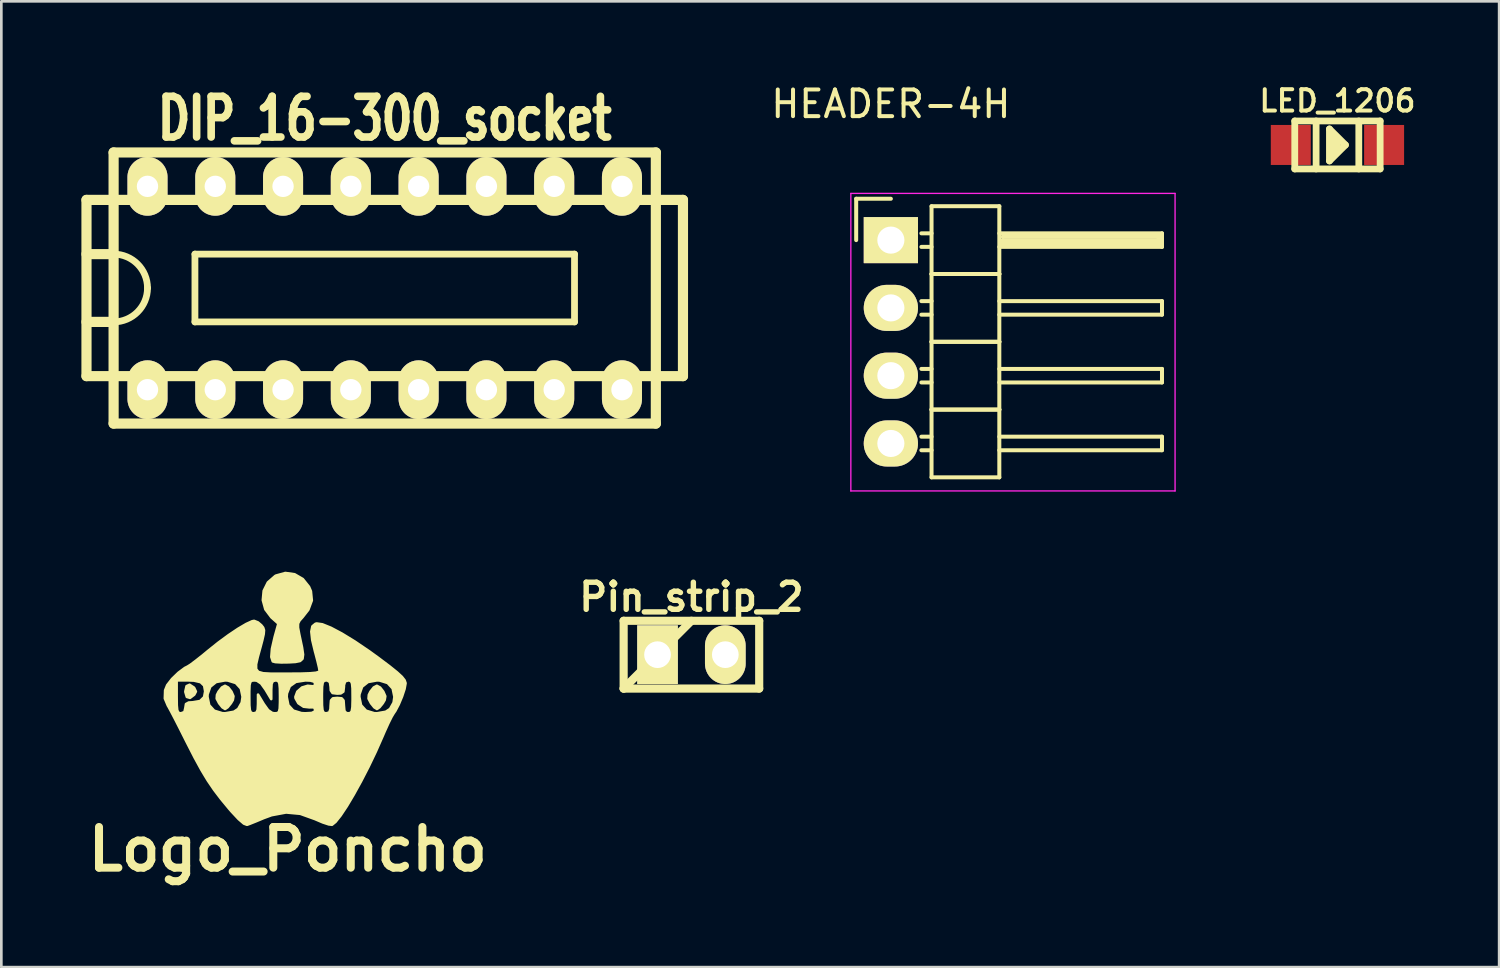
<source format=kicad_pcb>
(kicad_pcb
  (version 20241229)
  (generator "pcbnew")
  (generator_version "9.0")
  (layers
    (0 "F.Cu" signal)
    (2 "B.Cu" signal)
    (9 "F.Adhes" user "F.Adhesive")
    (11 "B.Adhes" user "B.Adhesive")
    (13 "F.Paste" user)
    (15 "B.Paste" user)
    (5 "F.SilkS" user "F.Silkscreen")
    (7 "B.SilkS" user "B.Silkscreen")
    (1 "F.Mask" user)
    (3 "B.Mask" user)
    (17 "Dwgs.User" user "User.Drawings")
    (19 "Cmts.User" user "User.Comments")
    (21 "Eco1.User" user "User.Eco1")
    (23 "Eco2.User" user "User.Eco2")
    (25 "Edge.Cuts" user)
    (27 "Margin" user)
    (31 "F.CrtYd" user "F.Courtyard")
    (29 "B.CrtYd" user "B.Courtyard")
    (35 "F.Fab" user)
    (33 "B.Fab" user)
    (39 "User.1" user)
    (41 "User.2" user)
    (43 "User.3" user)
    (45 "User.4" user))
  (footprint "DIP_16-300_socket"
    (layer "F.Cu")
    (at 11.367 7.743)
    (property "Reference" "DIP_16-300_socket" (at 0 -6.35 0) (layer "F.SilkS") (effects (font (size 1.524 1.143) (thickness 0.287))))
    (attr through_hole)
    (fp_line (start -11.176 -3.302) (end 11.176 -3.302) (stroke (width 0.381) (type solid)) (layer "F.SilkS"))
    (fp_line (start -11.176 3.302) (end -11.176 -3.302) (stroke (width 0.381) (type solid)) (layer "F.SilkS"))
    (fp_line (start -10.16 -1.27) (end -11.176 -1.27) (stroke (width 0.381) (type solid)) (layer "F.SilkS"))
    (fp_line (start -10.16 1.27) (end -11.176 1.27) (stroke (width 0.381) (type solid)) (layer "F.SilkS"))
    (fp_line (start -10.16 5.08) (end -10.16 -5.08) (stroke (width 0.381) (type solid)) (layer "F.SilkS"))
    (fp_line (start -10.16 5.08) (end 10.16 5.08) (stroke (width 0.381) (type solid)) (layer "F.SilkS"))
    (fp_line (start -7.112 -1.27) (end -7.112 1.27) (stroke (width 0.254) (type solid)) (layer "F.SilkS"))
    (fp_line (start -7.112 -1.27) (end 7.112 -1.27) (stroke (width 0.254) (type solid)) (layer "F.SilkS"))
    (fp_line (start 7.112 1.27) (end -7.112 1.27) (stroke (width 0.254) (type solid)) (layer "F.SilkS"))
    (fp_line (start 7.112 1.27) (end 7.112 -1.27) (stroke (width 0.254) (type solid)) (layer "F.SilkS"))
    (fp_line (start 10.16 -5.08) (end -10.16 -5.08) (stroke (width 0.381) (type solid)) (layer "F.SilkS"))
    (fp_line (start 10.16 -5.08) (end 10.16 5.08) (stroke (width 0.381) (type solid)) (layer "F.SilkS"))
    (fp_line (start 11.176 -3.302) (end 11.176 3.302) (stroke (width 0.381) (type solid)) (layer "F.SilkS"))
    (fp_line (start 11.176 3.302) (end -11.176 3.302) (stroke (width 0.381) (type solid)) (layer "F.SilkS"))
    (fp_arc (start -10.16 -1.27) (mid -9.261974 -0.898026) (end -8.89 0) (stroke (width 0.254) (type solid)) (layer "F.SilkS"))
    (fp_arc (start -8.89 0) (mid -9.261974 0.898026) (end -10.16 1.27) (stroke (width 0.254) (type solid)) (layer "F.SilkS"))
    (pad "1" thru_hole oval (at -8.89 3.81) (size 1.501 2.2) (drill 0.8) (layers "*.Cu" "*.Mask" "F.SilkS"))
    (pad "2" thru_hole oval (at -6.35 3.81) (size 1.501 2.2) (drill 0.8) (layers "*.Cu" "*.Mask" "F.SilkS"))
    (pad "3" thru_hole oval (at -3.81 3.81) (size 1.501 2.2) (drill 0.8) (layers "*.Cu" "*.Mask" "F.SilkS"))
    (pad "4" thru_hole oval (at -1.27 3.81) (size 1.501 2.2) (drill 0.8) (layers "*.Cu" "*.Mask" "F.SilkS"))
    (pad "5" thru_hole oval (at 1.27 3.81) (size 1.501 2.2) (drill 0.8) (layers "*.Cu" "*.Mask" "F.SilkS"))
    (pad "6" thru_hole oval (at 3.81 3.81) (size 1.501 2.2) (drill 0.8) (layers "*.Cu" "*.Mask" "F.SilkS"))
    (pad "7" thru_hole oval (at 6.35 3.81) (size 1.501 2.2) (drill 0.8) (layers "*.Cu" "*.Mask" "F.SilkS"))
    (pad "8" thru_hole oval (at 8.89 3.81) (size 1.501 2.2) (drill 0.8) (layers "*.Cu" "*.Mask" "F.SilkS"))
    (pad "9" thru_hole oval (at 8.89 -3.81) (size 1.501 2.2) (drill 0.8) (layers "*.Cu" "*.Mask" "F.SilkS"))
    (pad "10" thru_hole oval (at 6.35 -3.81) (size 1.501 2.2) (drill 0.8) (layers "*.Cu" "*.Mask" "F.SilkS"))
    (pad "11" thru_hole oval (at 3.81 -3.81) (size 1.501 2.2) (drill 0.8) (layers "*.Cu" "*.Mask" "F.SilkS"))
    (pad "12" thru_hole oval (at 1.27 -3.81) (size 1.501 2.2) (drill 0.8) (layers "*.Cu" "*.Mask" "F.SilkS"))
    (pad "13" thru_hole oval (at -1.27 -3.81) (size 1.501 2.2) (drill 0.8) (layers "*.Cu" "*.Mask" "F.SilkS"))
    (pad "14" thru_hole oval (at -3.81 -3.81) (size 1.501 2.2) (drill 0.8) (layers "*.Cu" "*.Mask" "F.SilkS"))
    (pad "15" thru_hole oval (at -6.35 -3.81) (size 1.501 2.2) (drill 0.8) (layers "*.Cu" "*.Mask" "F.SilkS"))
    (pad "16" thru_hole oval (at -8.89 -3.81) (size 1.501 2.2) (drill 0.8) (layers "*.Cu" "*.Mask" "F.SilkS")))
  (footprint "HEADER-4H"
    (layer "F.Cu")
    (at 30.334 5.948)
    (property "Reference" "HEADER-4H" (at 0 -5.1 0) (layer "F.SilkS") (effects (font (size 1 1) (thickness 0.15))))
    (attr through_hole)
    (fp_line (start -1.3 -1.55) (end -1.3 0) (stroke (width 0.15) (type solid)) (layer "F.SilkS"))
    (fp_line (start 0 -1.55) (end -1.3 -1.55) (stroke (width 0.15) (type solid)) (layer "F.SilkS"))
    (fp_line (start 1.524 -1.27) (end 1.524 1.27) (stroke (width 0.15) (type solid)) (layer "F.SilkS"))
    (fp_line (start 1.524 -1.27) (end 4.064 -1.27) (stroke (width 0.15) (type solid)) (layer "F.SilkS"))
    (fp_line (start 1.524 -0.254) (end 1.143 -0.254) (stroke (width 0.15) (type solid)) (layer "F.SilkS"))
    (fp_line (start 1.524 0.254) (end 1.143 0.254) (stroke (width 0.15) (type solid)) (layer "F.SilkS"))
    (fp_line (start 1.524 1.27) (end 1.524 3.81) (stroke (width 0.15) (type solid)) (layer "F.SilkS"))
    (fp_line (start 1.524 1.27) (end 4.064 1.27) (stroke (width 0.15) (type solid)) (layer "F.SilkS"))
    (fp_line (start 1.524 1.27) (end 4.064 1.27) (stroke (width 0.15) (type solid)) (layer "F.SilkS"))
    (fp_line (start 1.524 2.286) (end 1.143 2.286) (stroke (width 0.15) (type solid)) (layer "F.SilkS"))
    (fp_line (start 1.524 2.794) (end 1.143 2.794) (stroke (width 0.15) (type solid)) (layer "F.SilkS"))
    (fp_line (start 1.524 3.81) (end 1.524 6.35) (stroke (width 0.15) (type solid)) (layer "F.SilkS"))
    (fp_line (start 1.524 3.81) (end 4.064 3.81) (stroke (width 0.15) (type solid)) (layer "F.SilkS"))
    (fp_line (start 1.524 3.81) (end 4.064 3.81) (stroke (width 0.15) (type solid)) (layer "F.SilkS"))
    (fp_line (start 1.524 4.826) (end 1.143 4.826) (stroke (width 0.15) (type solid)) (layer "F.SilkS"))
    (fp_line (start 1.524 5.334) (end 1.143 5.334) (stroke (width 0.15) (type solid)) (layer "F.SilkS"))
    (fp_line (start 1.524 6.35) (end 1.524 8.89) (stroke (width 0.15) (type solid)) (layer "F.SilkS"))
    (fp_line (start 1.524 6.35) (end 4.064 6.35) (stroke (width 0.15) (type solid)) (layer "F.SilkS"))
    (fp_line (start 1.524 6.35) (end 4.064 6.35) (stroke (width 0.15) (type solid)) (layer "F.SilkS"))
    (fp_line (start 1.524 7.366) (end 1.143 7.366) (stroke (width 0.15) (type solid)) (layer "F.SilkS"))
    (fp_line (start 1.524 7.874) (end 1.143 7.874) (stroke (width 0.15) (type solid)) (layer "F.SilkS"))
    (fp_line (start 1.524 8.89) (end 4.064 8.89) (stroke (width 0.15) (type solid)) (layer "F.SilkS"))
    (fp_line (start 4.064 -0.254) (end 10.16 -0.254) (stroke (width 0.15) (type solid)) (layer "F.SilkS"))
    (fp_line (start 4.064 1.27) (end 4.064 -1.27) (stroke (width 0.15) (type solid)) (layer "F.SilkS"))
    (fp_line (start 4.064 2.286) (end 10.16 2.286) (stroke (width 0.15) (type solid)) (layer "F.SilkS"))
    (fp_line (start 4.064 3.81) (end 4.064 1.27) (stroke (width 0.15) (type solid)) (layer "F.SilkS"))
    (fp_line (start 4.064 4.826) (end 10.16 4.826) (stroke (width 0.15) (type solid)) (layer "F.SilkS"))
    (fp_line (start 4.064 6.35) (end 4.064 3.81) (stroke (width 0.15) (type solid)) (layer "F.SilkS"))
    (fp_line (start 4.064 7.366) (end 10.16 7.366) (stroke (width 0.15) (type solid)) (layer "F.SilkS"))
    (fp_line (start 4.064 8.89) (end 4.064 6.35) (stroke (width 0.15) (type solid)) (layer "F.SilkS"))
    (fp_line (start 4.191 -0.127) (end 10.033 -0.127) (stroke (width 0.15) (type solid)) (layer "F.SilkS"))
    (fp_line (start 4.191 0) (end 10.033 0) (stroke (width 0.15) (type solid)) (layer "F.SilkS"))
    (fp_line (start 4.191 0.127) (end 4.191 0) (stroke (width 0.15) (type solid)) (layer "F.SilkS"))
    (fp_line (start 10.033 -0.127) (end 10.033 0.127) (stroke (width 0.15) (type solid)) (layer "F.SilkS"))
    (fp_line (start 10.033 0.127) (end 4.191 0.127) (stroke (width 0.15) (type solid)) (layer "F.SilkS"))
    (fp_line (start 10.16 -0.254) (end 10.16 0.254) (stroke (width 0.15) (type solid)) (layer "F.SilkS"))
    (fp_line (start 10.16 0.254) (end 4.064 0.254) (stroke (width 0.15) (type solid)) (layer "F.SilkS"))
    (fp_line (start 10.16 2.286) (end 10.16 2.794) (stroke (width 0.15) (type solid)) (layer "F.SilkS"))
    (fp_line (start 10.16 2.794) (end 4.064 2.794) (stroke (width 0.15) (type solid)) (layer "F.SilkS"))
    (fp_line (start 10.16 4.826) (end 10.16 5.334) (stroke (width 0.15) (type solid)) (layer "F.SilkS"))
    (fp_line (start 10.16 5.334) (end 4.064 5.334) (stroke (width 0.15) (type solid)) (layer "F.SilkS"))
    (fp_line (start 10.16 7.366) (end 10.16 7.874) (stroke (width 0.15) (type solid)) (layer "F.SilkS"))
    (fp_line (start 10.16 7.874) (end 4.064 7.874) (stroke (width 0.15) (type solid)) (layer "F.SilkS"))
    (fp_line (start -1.5 -1.75) (end -1.5 9.4) (stroke (width 0.05) (type solid)) (layer "F.CrtYd"))
    (fp_line (start -1.5 -1.75) (end 10.65 -1.75) (stroke (width 0.05) (type solid)) (layer "F.CrtYd"))
    (fp_line (start -1.5 9.4) (end 10.65 9.4) (stroke (width 0.05) (type solid)) (layer "F.CrtYd"))
    (fp_line (start 10.65 -1.75) (end 10.65 9.4) (stroke (width 0.05) (type solid)) (layer "F.CrtYd"))
    (pad "1" thru_hole rect (at 0 0) (size 2.032 1.727) (drill 1.016) (layers "*.Cu" "*.Mask" "F.SilkS"))
    (pad "2" thru_hole oval (at 0 2.54) (size 2.032 1.727) (drill 1.016) (layers "*.Cu" "*.Mask" "F.SilkS"))
    (pad "3" thru_hole oval (at 0 5.08) (size 2.032 1.727) (drill 1.016) (layers "*.Cu" "*.Mask" "F.SilkS"))
    (pad "4" thru_hole oval (at 0 7.62) (size 2.032 1.727) (drill 1.016) (layers "*.Cu" "*.Mask" "F.SilkS")))
  (footprint "Logo_Poncho"
    (layer "F.Cu")
    (at 7.609 23.187)
    (property "Reference" "Logo_Poncho" (at 0.127 5.588 0) (layer "F.SilkS") (effects (font (size 1.524 1.524) (thickness 0.3))))
    (attr through_hole)
    (fp_poly (pts (xy -3.32 -0.322) (xy -3.381 -0.206) (xy -3.538 -0.087) (xy -3.657 -0.123) (xy -3.71 -0.301) (xy -3.711 -0.33) (xy -3.667 -0.524) (xy -3.554 -0.576) (xy -3.4 -0.475) (xy -3.381 -0.454) (xy -3.32 -0.322)) (stroke (width 0.1) (type solid)) (fill yes) (layer "F.SilkS"))
    (fp_poly (pts (xy -1.912 -0.147) (xy -1.935 -0.007) (xy -2.007 0.114) (xy -2.129 0.265) (xy -2.225 0.33) (xy -2.227 0.33) (xy -2.323 0.268) (xy -2.445 0.117) (xy -2.447 0.114) (xy -2.537 -0.057) (xy -2.527 -0.197) (xy -2.466 -0.319) (xy -2.343 -0.474) (xy -2.227 -0.536) (xy -2.106 -0.471) (xy -1.987 -0.319) (xy -1.912 -0.147)) (stroke (width 0.1) (type solid)) (fill yes) (layer "F.SilkS"))
    (fp_poly (pts (xy 3.778 -0.147) (xy 3.755 -0.007) (xy 3.684 0.114) (xy 3.562 0.265) (xy 3.465 0.33) (xy 3.464 0.33) (xy 3.368 0.268) (xy 3.246 0.117) (xy 3.244 0.114) (xy 3.153 -0.057) (xy 3.164 -0.197) (xy 3.224 -0.319) (xy 3.347 -0.474) (xy 3.464 -0.536) (xy 3.584 -0.471) (xy 3.703 -0.319) (xy 3.778 -0.147)) (stroke (width 0.1) (type solid)) (fill yes) (layer "F.SilkS"))
    (fp_poly (pts (xy 1.024 -3.736) (xy 0.895 -3.389) (xy 0.679 -3.112) (xy 0.563 -2.982) (xy 0.508 -2.87) (xy 0.506 -2.721) (xy 0.55 -2.483) (xy 0.574 -2.37) (xy 0.658 -1.973) (xy 0.696 -1.709) (xy 0.675 -1.55) (xy 0.584 -1.468) (xy 0.409 -1.433) (xy 0.161 -1.419) (xy -0.124 -1.415) (xy -0.34 -1.428) (xy -0.436 -1.454) (xy -0.49 -1.618) (xy -0.466 -1.924) (xy -0.365 -2.365) (xy -0.36 -2.384) (xy -0.225 -2.869) (xy -0.489 -3.104) (xy -0.714 -3.403) (xy -0.808 -3.747) (xy -0.776 -4.097) (xy -0.62 -4.411) (xy -0.347 -4.65) (xy -0.316 -4.667) (xy 0.034 -4.764) (xy 0.38 -4.716) (xy 0.687 -4.538) (xy 0.919 -4.248) (xy 0.99 -4.082) (xy 1.024 -3.736)) (stroke (width 0.1) (type solid)) (fill yes) (layer "F.SilkS"))
    (fp_poly (pts (xy 4.536 -0.627) (xy 4.499 -0.42) (xy 4.405 -0.135) (xy 4.28 0.163) (xy 4.15 0.409) (xy 4.123 0.447) (xy 4.123 -0.124) (xy 4.058 -0.437) (xy 3.869 -0.644) (xy 3.565 -0.738) (xy 3.464 -0.742) (xy 3.13 -0.681) (xy 2.908 -0.504) (xy 2.809 -0.218) (xy 2.804 -0.124) (xy 2.869 0.19) (xy 3.058 0.397) (xy 3.363 0.49) (xy 3.464 0.495) (xy 3.798 0.436) (xy 3.958 0.33) (xy 4.092 0.092) (xy 4.123 -0.124) (xy 4.123 0.447) (xy 4.09 0.495) (xy 4.014 0.622) (xy 3.895 0.861) (xy 3.754 1.173) (xy 3.673 1.361) (xy 3.422 1.929) (xy 3.15 2.497) (xy 2.869 3.042) (xy 2.593 3.542) (xy 2.556 3.604) (xy 2.556 -0.124) (xy 2.553 -0.44) (xy 2.535 -0.625) (xy 2.494 -0.715) (xy 2.421 -0.741) (xy 2.392 -0.742) (xy 2.271 -0.703) (xy 2.228 -0.559) (xy 2.227 -0.495) (xy 2.206 -0.32) (xy 2.11 -0.255) (xy 1.979 -0.247) (xy 1.804 -0.268) (xy 1.739 -0.364) (xy 1.732 -0.495) (xy 1.706 -0.676) (xy 1.609 -0.74) (xy 1.567 -0.742) (xy 1.483 -0.728) (xy 1.433 -0.661) (xy 1.409 -0.508) (xy 1.402 -0.235) (xy 1.402 -0.124) (xy 1.406 0.193) (xy 1.424 0.378) (xy 1.464 0.467) (xy 1.537 0.494) (xy 1.567 0.495) (xy 1.681 0.463) (xy 1.726 0.336) (xy 1.732 0.206) (xy 1.746 0.012) (xy 1.816 -0.067) (xy 1.979 -0.082) (xy 2.145 -0.066) (xy 2.214 0.015) (xy 2.227 0.206) (xy 2.245 0.405) (xy 2.317 0.485) (xy 2.392 0.495) (xy 2.476 0.48) (xy 2.525 0.414) (xy 2.549 0.261) (xy 2.556 -0.012) (xy 2.556 -0.124) (xy 2.556 3.604) (xy 2.334 3.977) (xy 2.103 4.324) (xy 1.913 4.562) (xy 1.782 4.668) (xy 1.66 4.654) (xy 1.438 4.581) (xy 1.163 4.464) (xy 1.155 4.46) (xy 1.155 0.361) (xy 1.111 0.268) (xy 0.957 0.266) (xy 0.939 0.269) (xy 0.717 0.244) (xy 0.523 0.115) (xy 0.418 -0.071) (xy 0.412 -0.124) (xy 0.484 -0.319) (xy 0.658 -0.472) (xy 0.872 -0.537) (xy 0.95 -0.528) (xy 1.106 -0.515) (xy 1.154 -0.597) (xy 1.155 -0.61) (xy 1.114 -0.695) (xy 0.97 -0.735) (xy 0.783 -0.742) (xy 0.429 -0.687) (xy 0.198 -0.523) (xy 0.091 -0.25) (xy 0.082 -0.124) (xy 0.145 0.189) (xy 0.331 0.393) (xy 0.64 0.488) (xy 0.783 0.495) (xy 1.023 0.481) (xy 1.134 0.429) (xy 1.155 0.361) (xy 1.155 4.46) (xy 1.148 4.457) (xy 0.592 4.257) (xy 0.061 4.208) (xy -0.165 4.25) (xy -0.165 -0.124) (xy -0.169 -0.44) (xy -0.187 -0.625) (xy -0.227 -0.715) (xy -0.3 -0.741) (xy -0.33 -0.742) (xy -0.435 -0.716) (xy -0.484 -0.61) (xy -0.496 -0.392) (xy -0.496 -0.041) (xy -0.706 -0.392) (xy -0.874 -0.626) (xy -1.03 -0.73) (xy -1.118 -0.742) (xy -1.22 -0.734) (xy -1.281 -0.686) (xy -1.31 -0.564) (xy -1.319 -0.332) (xy -1.319 -0.124) (xy -1.316 0.193) (xy -1.298 0.378) (xy -1.257 0.467) (xy -1.184 0.494) (xy -1.155 0.495) (xy -1.049 0.469) (xy -1.001 0.362) (xy -0.989 0.144) (xy -0.988 -0.206) (xy -0.778 0.144) (xy -0.61 0.378) (xy -0.455 0.482) (xy -0.366 0.495) (xy -0.264 0.487) (xy -0.204 0.439) (xy -0.175 0.316) (xy -0.166 0.085) (xy -0.165 -0.124) (xy -0.165 4.25) (xy -0.482 4.309) (xy -0.783 4.42) (xy -1.059 4.536) (xy -1.286 4.627) (xy -1.402 4.67) (xy -1.519 4.625) (xy -1.567 4.584) (xy -1.567 -0.124) (xy -1.632 -0.437) (xy -1.821 -0.644) (xy -2.126 -0.738) (xy -2.227 -0.742) (xy -2.561 -0.681) (xy -2.782 -0.504) (xy -2.882 -0.218) (xy -2.886 -0.124) (xy -2.821 0.19) (xy -2.632 0.397) (xy -2.328 0.49) (xy -2.227 0.495) (xy -1.893 0.436) (xy -1.732 0.33) (xy -1.598 0.092) (xy -1.567 -0.124) (xy -1.567 4.584) (xy -1.717 4.455) (xy -1.986 4.167) (xy -2.062 4.079) (xy -2.37 3.707) (xy -2.632 3.363) (xy -2.87 3.013) (xy -2.969 2.85) (xy -2.969 -0.33) (xy -3.007 -0.546) (xy -3.14 -0.675) (xy -3.392 -0.734) (xy -3.604 -0.742) (xy -4.041 -0.742) (xy -4.041 -0.124) (xy -4.037 0.193) (xy -4.019 0.378) (xy -3.979 0.467) (xy -3.906 0.494) (xy -3.876 0.495) (xy -3.747 0.446) (xy -3.711 0.289) (xy -3.688 0.146) (xy -3.585 0.09) (xy -3.439 0.082) (xy -3.161 0.035) (xy -3.008 -0.115) (xy -2.969 -0.33) (xy -2.969 2.85) (xy -3.106 2.622) (xy -3.361 2.156) (xy -3.656 1.58) (xy -3.725 1.443) (xy -3.927 1.041) (xy -4.107 0.689) (xy -4.251 0.414) (xy -4.343 0.245) (xy -4.367 0.206) (xy -4.48 -0.062) (xy -4.47 -0.368) (xy -4.392 -0.562) (xy -4.212 -0.794) (xy -3.971 -1.027) (xy -3.73 -1.206) (xy -3.629 -1.257) (xy -3.516 -1.328) (xy -3.311 -1.482) (xy -3.047 -1.691) (xy -2.861 -1.845) (xy -2.478 -2.152) (xy -2.094 -2.434) (xy -1.736 -2.674) (xy -1.432 -2.853) (xy -1.211 -2.954) (xy -1.136 -2.969) (xy -0.993 -2.912) (xy -0.869 -2.807) (xy -0.799 -2.718) (xy -0.768 -2.621) (xy -0.779 -2.476) (xy -0.832 -2.242) (xy -0.897 -1.997) (xy -1.002 -1.615) (xy -1.064 -1.343) (xy -1.063 -1.164) (xy -0.98 -1.057) (xy -0.797 -1.006) (xy -0.494 -0.989) (xy -0.051 -0.989) (xy 0.124 -0.99) (xy 0.617 -0.993) (xy 0.964 -1.005) (xy 1.184 -1.026) (xy 1.295 -1.06) (xy 1.319 -1.094) (xy 1.299 -1.22) (xy 1.243 -1.457) (xy 1.165 -1.758) (xy 1.15 -1.809) (xy 1.043 -2.256) (xy 1.009 -2.57) (xy 1.049 -2.766) (xy 1.163 -2.86) (xy 1.209 -2.871) (xy 1.421 -2.84) (xy 1.74 -2.711) (xy 2.15 -2.494) (xy 2.633 -2.198) (xy 3.173 -1.832) (xy 3.525 -1.577) (xy 3.93 -1.272) (xy 4.215 -1.043) (xy 4.399 -0.874) (xy 4.5 -0.746) (xy 4.535 -0.644) (xy 4.536 -0.627)) (stroke (width 0.1) (type solid)) (fill yes) (layer "F.SilkS")))
  (footprint "LED_1206"
    (layer "F.Cu")
    (at 47.069 2.382)
    (property "Reference" "LED_1206" (at 0 -1.651 0) (layer "F.SilkS") (effects (font (size 0.8 0.8) (thickness 0.15))))
    (attr through_hole)
    (fp_line (start -1.6 -0.899) (end 1.6 -0.899) (stroke (width 0.254) (type solid)) (layer "F.SilkS"))
    (fp_line (start -1.6 0.899) (end -1.6 -0.899) (stroke (width 0.254) (type solid)) (layer "F.SilkS"))
    (fp_line (start -0.8 -0.899) (end -0.8 0.899) (stroke (width 0.254) (type solid)) (layer "F.SilkS"))
    (fp_line (start -0.3 -0.599) (end -0.3 0.599) (stroke (width 0.254) (type solid)) (layer "F.SilkS"))
    (fp_line (start -0.3 0.599) (end 0.3 0) (stroke (width 0.254) (type solid)) (layer "F.SilkS"))
    (fp_line (start -0.099 0.3) (end -0.099 -0.3) (stroke (width 0.254) (type solid)) (layer "F.SilkS"))
    (fp_line (start 0 -0.201) (end 0 0.099) (stroke (width 0.254) (type solid)) (layer "F.SilkS"))
    (fp_line (start 0.3 0) (end -0.3 -0.599) (stroke (width 0.254) (type solid)) (layer "F.SilkS"))
    (fp_line (start 0.8 0.899) (end 0.8 -0.899) (stroke (width 0.254) (type solid)) (layer "F.SilkS"))
    (fp_line (start 1.6 -0.899) (end 1.6 0.899) (stroke (width 0.254) (type solid)) (layer "F.SilkS"))
    (fp_line (start 1.6 0.899) (end -1.6 0.899) (stroke (width 0.254) (type solid)) (layer "F.SilkS"))
    (pad "1" smd rect (at -1.748 0) (size 1.499 1.499) (layers "F.Cu" "F.Mask" "F.Paste"))
    (pad "2" smd rect (at 1.748 0) (size 1.499 1.499) (layers "F.Cu" "F.Mask" "F.Paste")))
  (footprint "Pin_strip_2"
    (layer "F.Cu")
    (at 22.86 21.483)
    (property "Reference" "Pin_strip_2" (at 0 -2.159 0) (layer "F.SilkS") (effects (font (size 1.016 1.016) (thickness 0.203))))
    (attr through_hole)
    (fp_line (start -2.54 -1.27) (end 2.54 -1.27) (stroke (width 0.305) (type solid)) (layer "F.SilkS"))
    (fp_line (start -2.54 1.27) (end -2.54 -1.27) (stroke (width 0.305) (type solid)) (layer "F.SilkS"))
    (fp_line (start -2.54 1.27) (end 0 -1.27) (stroke (width 0.305) (type solid)) (layer "F.SilkS"))
    (fp_line (start 2.54 -1.27) (end 2.54 1.27) (stroke (width 0.305) (type solid)) (layer "F.SilkS"))
    (fp_line (start 2.54 1.27) (end -2.54 1.27) (stroke (width 0.305) (type solid)) (layer "F.SilkS"))
    (pad "1" thru_hole rect (at -1.27 0) (size 1.524 2.2) (drill 1.001) (layers "*.Cu" "*.Mask" "F.SilkS"))
    (pad "2" thru_hole oval (at 1.27 0) (size 1.524 2.2) (drill 1.001) (layers "*.Cu" "*.Mask" "F.SilkS")))
  (gr_rect
    (start -3 -3)
    (end 53.128 33.193)
    (stroke (width 0.1) (type default))
    (fill no)
    (layer "Edge.Cuts")))
</source>
